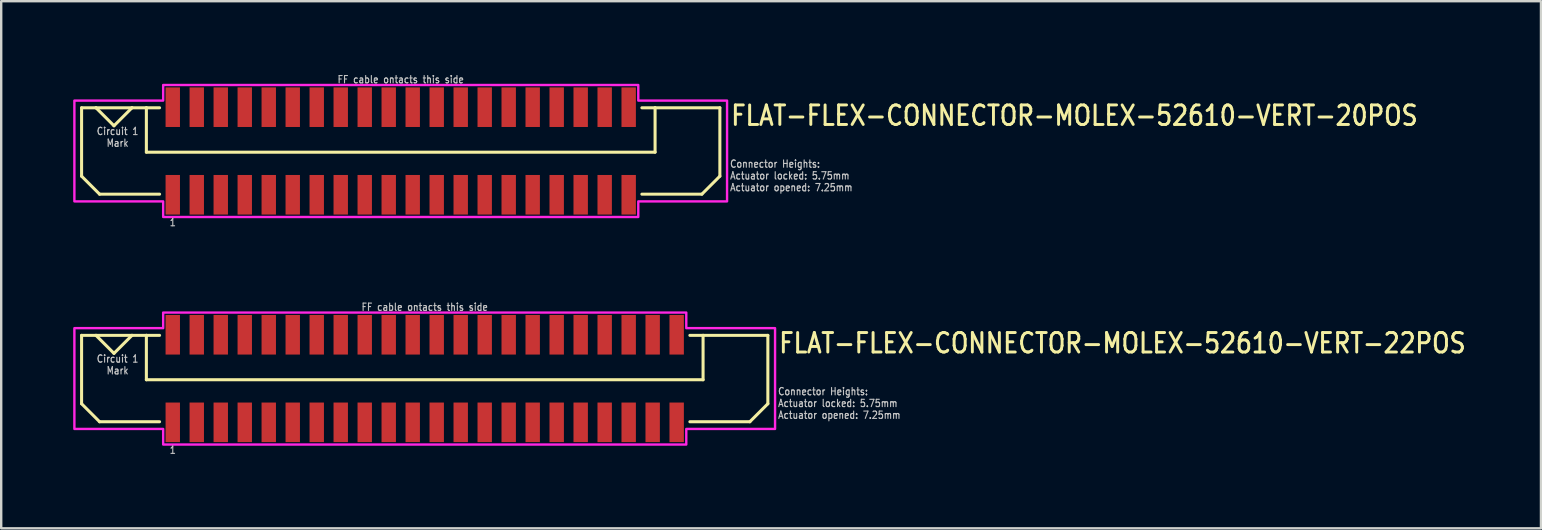
<source format=kicad_pcb>
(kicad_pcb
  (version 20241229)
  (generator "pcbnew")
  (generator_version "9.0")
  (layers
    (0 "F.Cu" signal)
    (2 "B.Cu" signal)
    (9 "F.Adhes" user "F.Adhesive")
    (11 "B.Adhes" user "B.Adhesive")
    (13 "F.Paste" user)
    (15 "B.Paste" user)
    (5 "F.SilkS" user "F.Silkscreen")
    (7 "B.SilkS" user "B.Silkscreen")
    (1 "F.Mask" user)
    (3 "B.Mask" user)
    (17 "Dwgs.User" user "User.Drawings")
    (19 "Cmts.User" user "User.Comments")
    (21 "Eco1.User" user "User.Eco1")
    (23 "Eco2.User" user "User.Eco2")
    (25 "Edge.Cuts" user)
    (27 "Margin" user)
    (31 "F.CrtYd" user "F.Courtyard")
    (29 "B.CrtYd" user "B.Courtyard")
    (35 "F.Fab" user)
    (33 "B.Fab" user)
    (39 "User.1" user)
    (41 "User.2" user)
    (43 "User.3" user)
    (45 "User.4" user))
  (footprint "FLAT-FLEX-CONNECTOR-MOLEX-52610-VERT-20POS"
    (layer "F.Cu")
    (at 13.65 3.242)
    (property "Reference" "FLAT-FLEX-CONNECTOR-MOLEX-52610-VERT-20POS" (at 13.7 -1 0) (unlocked yes) (layer "F.SilkS") (effects (font (size 0.813 0.695) (thickness 0.122)) (justify left bottom)))
    (fp_line (start -13.3 -1.8) (end -13.3 1.05) (stroke (width 0.127) (type solid)) (layer "F.SilkS"))
    (fp_line (start -13.3 1.05) (end -12.55 1.8) (stroke (width 0.127) (type solid)) (layer "F.SilkS"))
    (fp_line (start -12.7 -1.8) (end -13.3 -1.8) (stroke (width 0.127) (type solid)) (layer "F.SilkS"))
    (fp_line (start -12.7 -1.8) (end -11.95 -1.05) (stroke (width 0.127) (type solid)) (layer "F.SilkS"))
    (fp_line (start -12.55 1.8) (end -10.05 1.8) (stroke (width 0.127) (type solid)) (layer "F.SilkS"))
    (fp_line (start -11.95 -1.05) (end -11.2 -1.8) (stroke (width 0.127) (type solid)) (layer "F.SilkS"))
    (fp_line (start -11.2 -1.8) (end -12.7 -1.8) (stroke (width 0.127) (type solid)) (layer "F.SilkS"))
    (fp_line (start -10.6 -1.8) (end -11.2 -1.8) (stroke (width 0.127) (type solid)) (layer "F.SilkS"))
    (fp_line (start -10.6 -1.8) (end -10.6 0.05) (stroke (width 0.127) (type solid)) (layer "F.SilkS"))
    (fp_line (start -10.6 0.05) (end 10.6 0.05) (stroke (width 0.127) (type solid)) (layer "F.SilkS"))
    (fp_line (start -10.05 -1.8) (end -10.6 -1.8) (stroke (width 0.127) (type solid)) (layer "F.SilkS"))
    (fp_line (start 10.05 -1.8) (end 10.6 -1.8) (stroke (width 0.127) (type solid)) (layer "F.SilkS"))
    (fp_line (start 10.6 -1.8) (end 13.3 -1.8) (stroke (width 0.127) (type solid)) (layer "F.SilkS"))
    (fp_line (start 10.6 0.05) (end 10.6 -1.8) (stroke (width 0.127) (type solid)) (layer "F.SilkS"))
    (fp_line (start 12.55 1.8) (end 10.05 1.8) (stroke (width 0.127) (type solid)) (layer "F.SilkS"))
    (fp_line (start 13.3 -1.8) (end 13.3 1.05) (stroke (width 0.127) (type solid)) (layer "F.SilkS"))
    (fp_line (start 13.3 1.05) (end 12.55 1.8) (stroke (width 0.127) (type solid)) (layer "F.SilkS"))
    (fp_poly (pts (xy -13.6 -2.1) (xy -9.9 -2.1) (xy -9.9 -2.75) (xy 9.9 -2.75) (xy 9.9 -2.1) (xy 13.6 -2.1) (xy 13.6 2.1) (xy 9.9 2.1) (xy 9.9 2.75) (xy -9.9 2.75) (xy -9.9 2.1) (xy -13.6 2.1)) (stroke (width 0.1) (type solid)) (fill no) (layer "F.CrtYd"))
    (fp_text user "Connector Heights:\nActuator locked: 5.75mm\nActuator opened: 7.25mm" (at 13.7 1.7 0) (unlocked yes) (layer "Dwgs.User") (effects (font (size 0.305 0.261) (thickness 0.046)) (justify left bottom)))
    (fp_text user "1" (at -9.5 2.8 0) (unlocked yes) (layer "Dwgs.User") (effects (font (size 0.305 0.261) (thickness 0.046)) (justify top)))
    (fp_text user "Circuit 1\nMark" (at -11.8 -1 0) (unlocked yes) (layer "Dwgs.User") (effects (font (size 0.305 0.261) (thickness 0.046)) (justify top)))
    (fp_text user "FF cable ontacts this side" (at 0 -2.8 0) (unlocked yes) (layer "Dwgs.User") (effects (font (size 0.305 0.261) (thickness 0.046)) (justify bottom)))
    (pad "PC1" smd rect (at -9.5 -1.825) (size 0.6 1.65) (layers "F.Cu" "F.Mask" "F.Paste"))
    (pad "PC2" smd rect (at -8.5 -1.825) (size 0.6 1.65) (layers "F.Cu" "F.Mask" "F.Paste"))
    (pad "PC3" smd rect (at -7.5 -1.825) (size 0.6 1.65) (layers "F.Cu" "F.Mask" "F.Paste"))
    (pad "PC4" smd rect (at -6.5 -1.825) (size 0.6 1.65) (layers "F.Cu" "F.Mask" "F.Paste"))
    (pad "PC5" smd rect (at -5.5 -1.825) (size 0.6 1.65) (layers "F.Cu" "F.Mask" "F.Paste"))
    (pad "PC6" smd rect (at -4.5 -1.825) (size 0.6 1.65) (layers "F.Cu" "F.Mask" "F.Paste"))
    (pad "PC7" smd rect (at -3.5 -1.825) (size 0.6 1.65) (layers "F.Cu" "F.Mask" "F.Paste"))
    (pad "PC8" smd rect (at -2.5 -1.825) (size 0.6 1.65) (layers "F.Cu" "F.Mask" "F.Paste"))
    (pad "PC9" smd rect (at -1.5 -1.825) (size 0.6 1.65) (layers "F.Cu" "F.Mask" "F.Paste"))
    (pad "PC10" smd rect (at -0.5 -1.825) (size 0.6 1.65) (layers "F.Cu" "F.Mask" "F.Paste"))
    (pad "PC11" smd rect (at 0.5 -1.825) (size 0.6 1.65) (layers "F.Cu" "F.Mask" "F.Paste"))
    (pad "PC12" smd rect (at 1.5 -1.825) (size 0.6 1.65) (layers "F.Cu" "F.Mask" "F.Paste"))
    (pad "PC13" smd rect (at 2.5 -1.825) (size 0.6 1.65) (layers "F.Cu" "F.Mask" "F.Paste"))
    (pad "PC14" smd rect (at 3.5 -1.825) (size 0.6 1.65) (layers "F.Cu" "F.Mask" "F.Paste"))
    (pad "PC15" smd rect (at 4.5 -1.825) (size 0.6 1.65) (layers "F.Cu" "F.Mask" "F.Paste"))
    (pad "PC16" smd rect (at 5.5 -1.825) (size 0.6 1.65) (layers "F.Cu" "F.Mask" "F.Paste"))
    (pad "PC17" smd rect (at 6.5 -1.825) (size 0.6 1.65) (layers "F.Cu" "F.Mask" "F.Paste"))
    (pad "PC18" smd rect (at 7.5 -1.825) (size 0.6 1.65) (layers "F.Cu" "F.Mask" "F.Paste"))
    (pad "PC19" smd rect (at 8.5 -1.825) (size 0.6 1.65) (layers "F.Cu" "F.Mask" "F.Paste"))
    (pad "PC20" smd rect (at 9.5 -1.825) (size 0.6 1.65) (layers "F.Cu" "F.Mask" "F.Paste"))
    (pad "PS1" smd rect (at -9.5 1.825) (size 0.6 1.65) (layers "F.Cu" "F.Mask" "F.Paste"))
    (pad "PS2" smd rect (at -8.5 1.825) (size 0.6 1.65) (layers "F.Cu" "F.Mask" "F.Paste"))
    (pad "PS3" smd rect (at -7.5 1.825) (size 0.6 1.65) (layers "F.Cu" "F.Mask" "F.Paste"))
    (pad "PS4" smd rect (at -6.5 1.825) (size 0.6 1.65) (layers "F.Cu" "F.Mask" "F.Paste"))
    (pad "PS5" smd rect (at -5.5 1.825) (size 0.6 1.65) (layers "F.Cu" "F.Mask" "F.Paste"))
    (pad "PS6" smd rect (at -4.5 1.825) (size 0.6 1.65) (layers "F.Cu" "F.Mask" "F.Paste"))
    (pad "PS7" smd rect (at -3.5 1.825) (size 0.6 1.65) (layers "F.Cu" "F.Mask" "F.Paste"))
    (pad "PS8" smd rect (at -2.5 1.825) (size 0.6 1.65) (layers "F.Cu" "F.Mask" "F.Paste"))
    (pad "PS9" smd rect (at -1.5 1.825) (size 0.6 1.65) (layers "F.Cu" "F.Mask" "F.Paste"))
    (pad "PS10" smd rect (at -0.5 1.825) (size 0.6 1.65) (layers "F.Cu" "F.Mask" "F.Paste"))
    (pad "PS11" smd rect (at 0.5 1.825) (size 0.6 1.65) (layers "F.Cu" "F.Mask" "F.Paste"))
    (pad "PS12" smd rect (at 1.5 1.825) (size 0.6 1.65) (layers "F.Cu" "F.Mask" "F.Paste"))
    (pad "PS13" smd rect (at 2.5 1.825) (size 0.6 1.65) (layers "F.Cu" "F.Mask" "F.Paste"))
    (pad "PS14" smd rect (at 3.5 1.825) (size 0.6 1.65) (layers "F.Cu" "F.Mask" "F.Paste"))
    (pad "PS15" smd rect (at 4.5 1.825) (size 0.6 1.65) (layers "F.Cu" "F.Mask" "F.Paste"))
    (pad "PS16" smd rect (at 5.5 1.825) (size 0.6 1.65) (layers "F.Cu" "F.Mask" "F.Paste"))
    (pad "PS17" smd rect (at 6.5 1.825) (size 0.6 1.65) (layers "F.Cu" "F.Mask" "F.Paste"))
    (pad "PS18" smd rect (at 7.5 1.825) (size 0.6 1.65) (layers "F.Cu" "F.Mask" "F.Paste"))
    (pad "PS19" smd rect (at 8.5 1.825) (size 0.6 1.65) (layers "F.Cu" "F.Mask" "F.Paste"))
    (pad "PS20" smd rect (at 9.5 1.825) (size 0.6 1.65) (layers "F.Cu" "F.Mask" "F.Paste")))
  (footprint "FLAT-FLEX-CONNECTOR-MOLEX-52610-VERT-22POS"
    (layer "F.Cu")
    (at 14.65 12.726)
    (property "Reference" "FLAT-FLEX-CONNECTOR-MOLEX-52610-VERT-22POS" (at 14.7 -1 0) (unlocked yes) (layer "F.SilkS") (effects (font (size 0.813 0.695) (thickness 0.122)) (justify left bottom)))
    (fp_line (start -14.3 -1.8) (end -14.3 1.05) (stroke (width 0.127) (type solid)) (layer "F.SilkS"))
    (fp_line (start -14.3 1.05) (end -13.55 1.8) (stroke (width 0.127) (type solid)) (layer "F.SilkS"))
    (fp_line (start -13.7 -1.8) (end -14.3 -1.8) (stroke (width 0.127) (type solid)) (layer "F.SilkS"))
    (fp_line (start -13.7 -1.8) (end -12.95 -1.05) (stroke (width 0.127) (type solid)) (layer "F.SilkS"))
    (fp_line (start -13.55 1.8) (end -11.05 1.8) (stroke (width 0.127) (type solid)) (layer "F.SilkS"))
    (fp_line (start -12.95 -1.05) (end -12.2 -1.8) (stroke (width 0.127) (type solid)) (layer "F.SilkS"))
    (fp_line (start -12.2 -1.8) (end -13.7 -1.8) (stroke (width 0.127) (type solid)) (layer "F.SilkS"))
    (fp_line (start -11.6 -1.8) (end -12.2 -1.8) (stroke (width 0.127) (type solid)) (layer "F.SilkS"))
    (fp_line (start -11.6 -1.8) (end -11.6 0.05) (stroke (width 0.127) (type solid)) (layer "F.SilkS"))
    (fp_line (start -11.6 0.05) (end 11.6 0.05) (stroke (width 0.127) (type solid)) (layer "F.SilkS"))
    (fp_line (start -11.05 -1.8) (end -11.6 -1.8) (stroke (width 0.127) (type solid)) (layer "F.SilkS"))
    (fp_line (start 11.05 -1.8) (end 11.6 -1.8) (stroke (width 0.127) (type solid)) (layer "F.SilkS"))
    (fp_line (start 11.6 -1.8) (end 14.3 -1.8) (stroke (width 0.127) (type solid)) (layer "F.SilkS"))
    (fp_line (start 11.6 0.05) (end 11.6 -1.8) (stroke (width 0.127) (type solid)) (layer "F.SilkS"))
    (fp_line (start 13.55 1.8) (end 11.05 1.8) (stroke (width 0.127) (type solid)) (layer "F.SilkS"))
    (fp_line (start 14.3 -1.8) (end 14.3 1.05) (stroke (width 0.127) (type solid)) (layer "F.SilkS"))
    (fp_line (start 14.3 1.05) (end 13.55 1.8) (stroke (width 0.127) (type solid)) (layer "F.SilkS"))
    (fp_poly (pts (xy -14.6 -2.1) (xy -10.9 -2.1) (xy -10.9 -2.75) (xy 10.9 -2.75) (xy 10.9 -2.1) (xy 14.6 -2.1) (xy 14.6 2.1) (xy 10.9 2.1) (xy 10.9 2.75) (xy -10.9 2.75) (xy -10.9 2.1) (xy -14.6 2.1)) (stroke (width 0.1) (type solid)) (fill no) (layer "F.CrtYd"))
    (fp_text user "Connector Heights:\nActuator locked: 5.75mm\nActuator opened: 7.25mm" (at 14.7 1.7 0) (unlocked yes) (layer "Dwgs.User") (effects (font (size 0.305 0.261) (thickness 0.046)) (justify left bottom)))
    (fp_text user "FF cable ontacts this side" (at 0 -2.8 0) (unlocked yes) (layer "Dwgs.User") (effects (font (size 0.305 0.261) (thickness 0.046)) (justify bottom)))
    (fp_text user "1" (at -10.5 2.8 0) (unlocked yes) (layer "Dwgs.User") (effects (font (size 0.305 0.261) (thickness 0.046)) (justify top)))
    (fp_text user "Circuit 1\nMark" (at -12.8 -1 0) (unlocked yes) (layer "Dwgs.User") (effects (font (size 0.305 0.261) (thickness 0.046)) (justify top)))
    (pad "PC1" smd rect (at -10.5 -1.825) (size 0.6 1.65) (layers "F.Cu" "F.Mask" "F.Paste"))
    (pad "PC2" smd rect (at -9.5 -1.825) (size 0.6 1.65) (layers "F.Cu" "F.Mask" "F.Paste"))
    (pad "PC3" smd rect (at -8.5 -1.825) (size 0.6 1.65) (layers "F.Cu" "F.Mask" "F.Paste"))
    (pad "PC4" smd rect (at -7.5 -1.825) (size 0.6 1.65) (layers "F.Cu" "F.Mask" "F.Paste"))
    (pad "PC5" smd rect (at -6.5 -1.825) (size 0.6 1.65) (layers "F.Cu" "F.Mask" "F.Paste"))
    (pad "PC6" smd rect (at -5.5 -1.825) (size 0.6 1.65) (layers "F.Cu" "F.Mask" "F.Paste"))
    (pad "PC7" smd rect (at -4.5 -1.825) (size 0.6 1.65) (layers "F.Cu" "F.Mask" "F.Paste"))
    (pad "PC8" smd rect (at -3.5 -1.825) (size 0.6 1.65) (layers "F.Cu" "F.Mask" "F.Paste"))
    (pad "PC9" smd rect (at -2.5 -1.825) (size 0.6 1.65) (layers "F.Cu" "F.Mask" "F.Paste"))
    (pad "PC10" smd rect (at -1.5 -1.825) (size 0.6 1.65) (layers "F.Cu" "F.Mask" "F.Paste"))
    (pad "PC11" smd rect (at -0.5 -1.825) (size 0.6 1.65) (layers "F.Cu" "F.Mask" "F.Paste"))
    (pad "PC12" smd rect (at 0.5 -1.825) (size 0.6 1.65) (layers "F.Cu" "F.Mask" "F.Paste"))
    (pad "PC13" smd rect (at 1.5 -1.825) (size 0.6 1.65) (layers "F.Cu" "F.Mask" "F.Paste"))
    (pad "PC14" smd rect (at 2.5 -1.825) (size 0.6 1.65) (layers "F.Cu" "F.Mask" "F.Paste"))
    (pad "PC15" smd rect (at 3.5 -1.825) (size 0.6 1.65) (layers "F.Cu" "F.Mask" "F.Paste"))
    (pad "PC16" smd rect (at 4.5 -1.825) (size 0.6 1.65) (layers "F.Cu" "F.Mask" "F.Paste"))
    (pad "PC17" smd rect (at 5.5 -1.825) (size 0.6 1.65) (layers "F.Cu" "F.Mask" "F.Paste"))
    (pad "PC18" smd rect (at 6.5 -1.825) (size 0.6 1.65) (layers "F.Cu" "F.Mask" "F.Paste"))
    (pad "PC19" smd rect (at 7.5 -1.825) (size 0.6 1.65) (layers "F.Cu" "F.Mask" "F.Paste"))
    (pad "PC20" smd rect (at 8.5 -1.825) (size 0.6 1.65) (layers "F.Cu" "F.Mask" "F.Paste"))
    (pad "PC21" smd rect (at 9.5 -1.825) (size 0.6 1.65) (layers "F.Cu" "F.Mask" "F.Paste"))
    (pad "PC22" smd rect (at 10.5 -1.825) (size 0.6 1.65) (layers "F.Cu" "F.Mask" "F.Paste"))
    (pad "PS1" smd rect (at -10.5 1.825) (size 0.6 1.65) (layers "F.Cu" "F.Mask" "F.Paste"))
    (pad "PS2" smd rect (at -9.5 1.825) (size 0.6 1.65) (layers "F.Cu" "F.Mask" "F.Paste"))
    (pad "PS3" smd rect (at -8.5 1.825) (size 0.6 1.65) (layers "F.Cu" "F.Mask" "F.Paste"))
    (pad "PS4" smd rect (at -7.5 1.825) (size 0.6 1.65) (layers "F.Cu" "F.Mask" "F.Paste"))
    (pad "PS5" smd rect (at -6.5 1.825) (size 0.6 1.65) (layers "F.Cu" "F.Mask" "F.Paste"))
    (pad "PS6" smd rect (at -5.5 1.825) (size 0.6 1.65) (layers "F.Cu" "F.Mask" "F.Paste"))
    (pad "PS7" smd rect (at -4.5 1.825) (size 0.6 1.65) (layers "F.Cu" "F.Mask" "F.Paste"))
    (pad "PS8" smd rect (at -3.5 1.825) (size 0.6 1.65) (layers "F.Cu" "F.Mask" "F.Paste"))
    (pad "PS9" smd rect (at -2.5 1.825) (size 0.6 1.65) (layers "F.Cu" "F.Mask" "F.Paste"))
    (pad "PS10" smd rect (at -1.5 1.825) (size 0.6 1.65) (layers "F.Cu" "F.Mask" "F.Paste"))
    (pad "PS11" smd rect (at -0.5 1.825) (size 0.6 1.65) (layers "F.Cu" "F.Mask" "F.Paste"))
    (pad "PS12" smd rect (at 0.5 1.825) (size 0.6 1.65) (layers "F.Cu" "F.Mask" "F.Paste"))
    (pad "PS13" smd rect (at 1.5 1.825) (size 0.6 1.65) (layers "F.Cu" "F.Mask" "F.Paste"))
    (pad "PS14" smd rect (at 2.5 1.825) (size 0.6 1.65) (layers "F.Cu" "F.Mask" "F.Paste"))
    (pad "PS15" smd rect (at 3.5 1.825) (size 0.6 1.65) (layers "F.Cu" "F.Mask" "F.Paste"))
    (pad "PS16" smd rect (at 4.5 1.825) (size 0.6 1.65) (layers "F.Cu" "F.Mask" "F.Paste"))
    (pad "PS17" smd rect (at 5.5 1.825) (size 0.6 1.65) (layers "F.Cu" "F.Mask" "F.Paste"))
    (pad "PS18" smd rect (at 6.5 1.825) (size 0.6 1.65) (layers "F.Cu" "F.Mask" "F.Paste"))
    (pad "PS19" smd rect (at 7.5 1.825) (size 0.6 1.65) (layers "F.Cu" "F.Mask" "F.Paste"))
    (pad "PS20" smd rect (at 8.5 1.825) (size 0.6 1.65) (layers "F.Cu" "F.Mask" "F.Paste"))
    (pad "PS21" smd rect (at 9.5 1.825) (size 0.6 1.65) (layers "F.Cu" "F.Mask" "F.Paste"))
    (pad "PS22" smd rect (at 10.5 1.825) (size 0.6 1.65) (layers "F.Cu" "F.Mask" "F.Paste")))
  (gr_rect
    (start -3 -3)
    (end 61.169 18.968)
    (stroke (width 0.1) (type default))
    (fill no)
    (layer "Edge.Cuts")))
</source>
